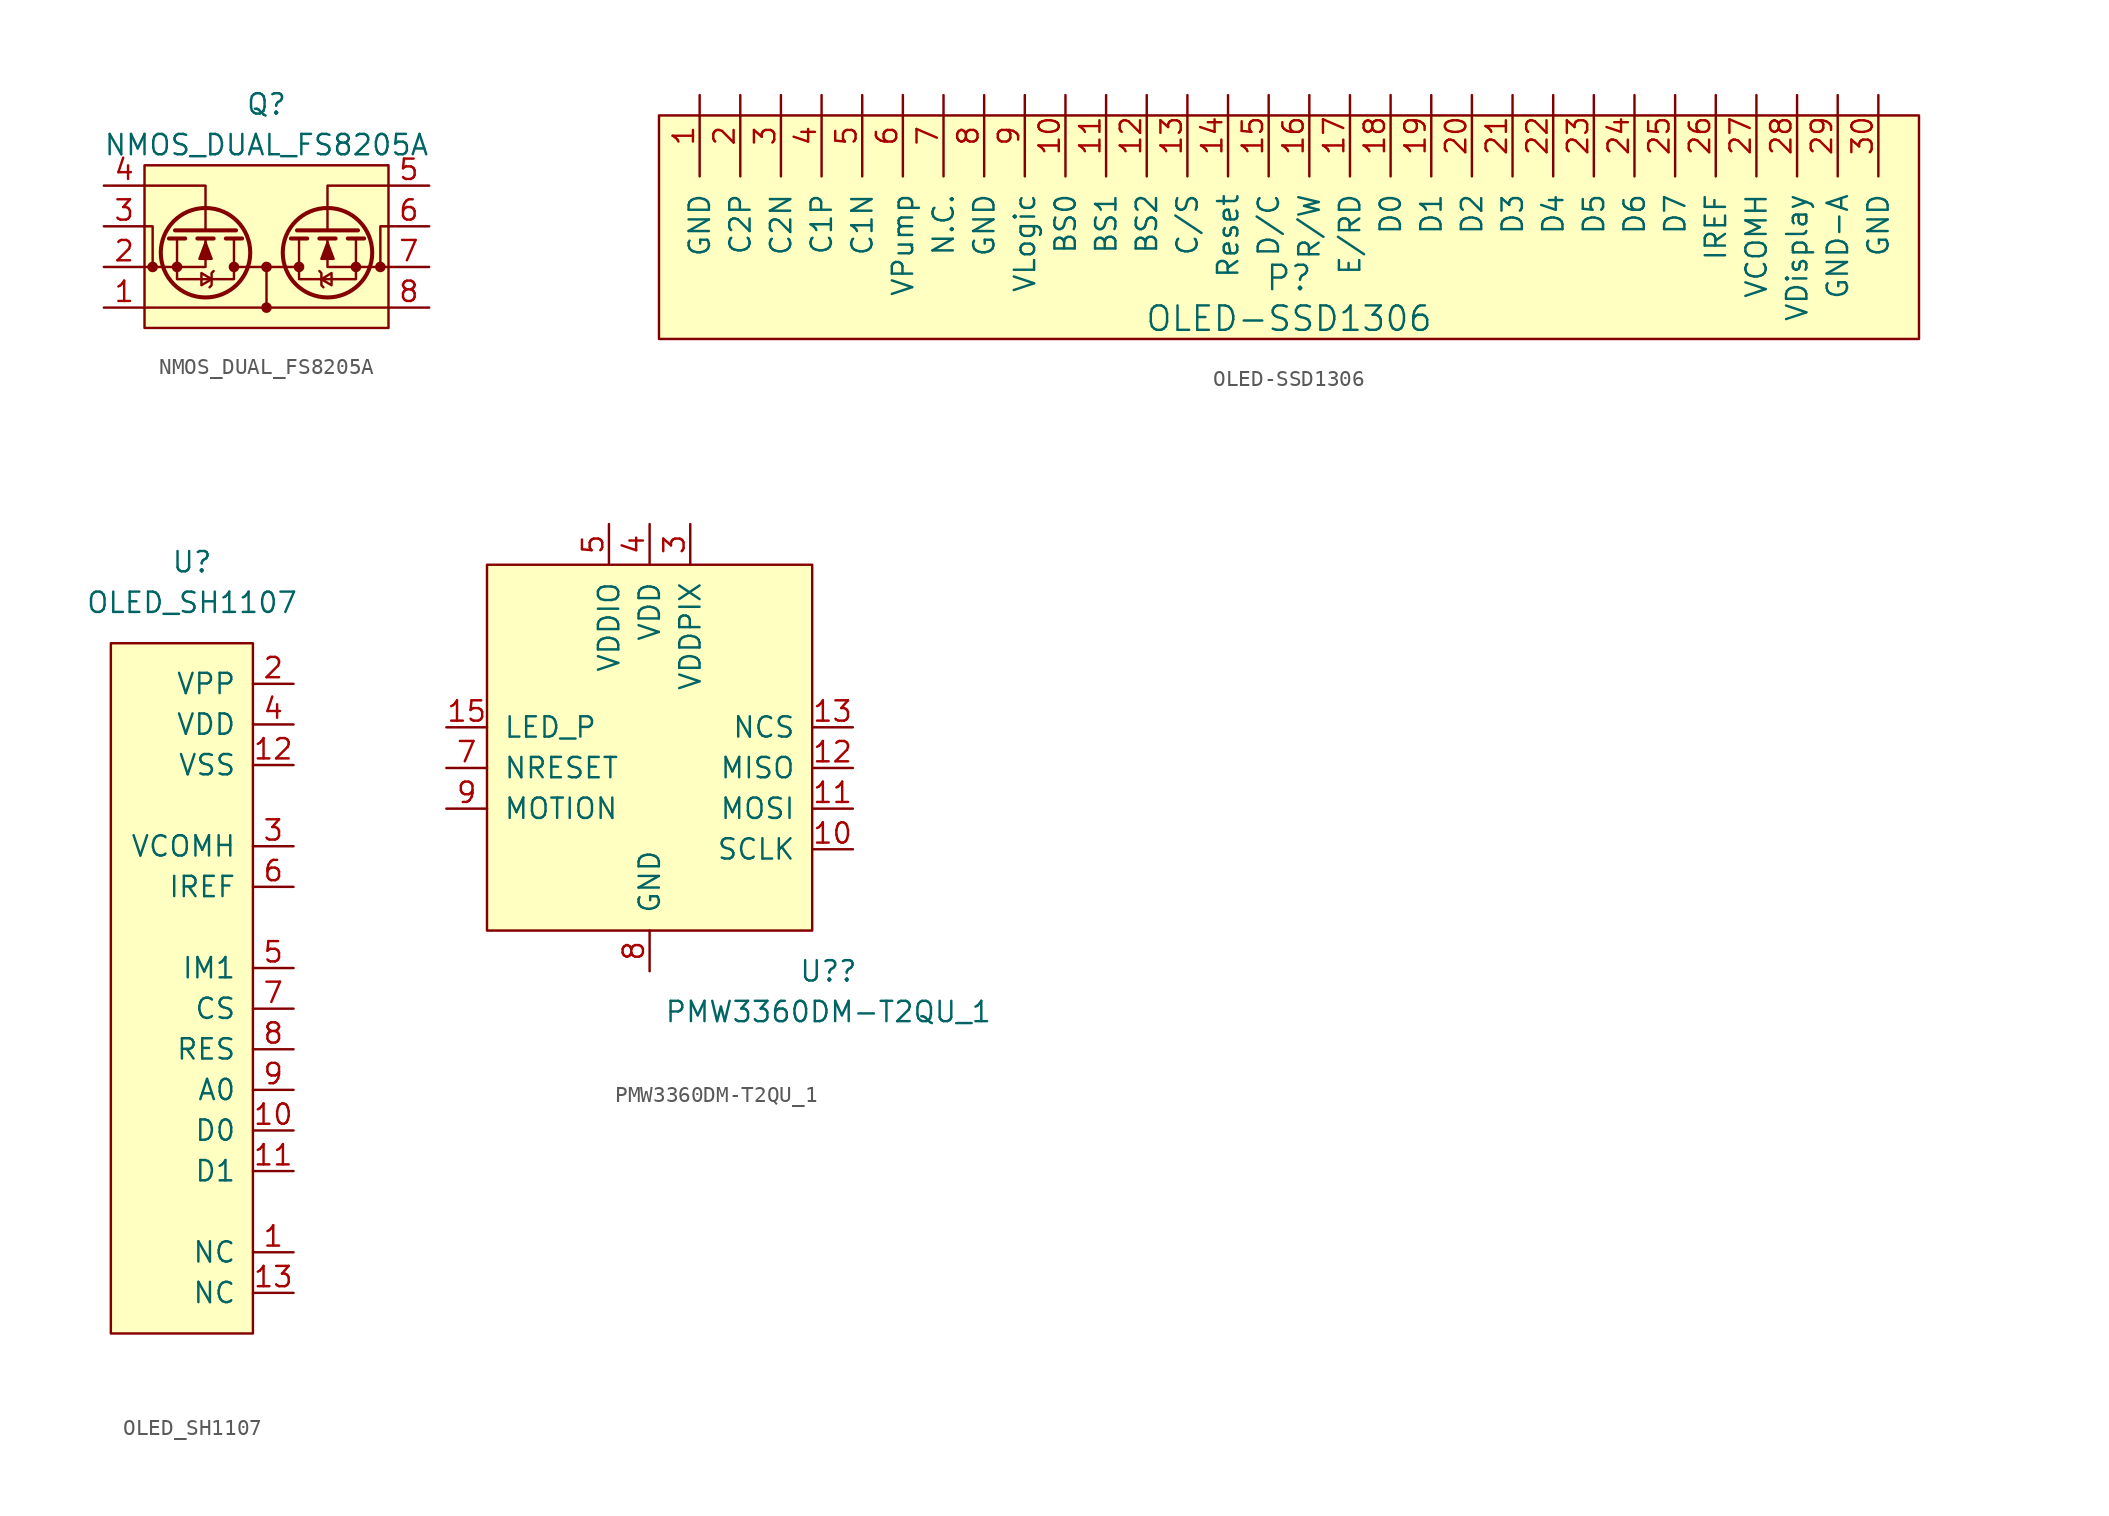
<source format=kicad_sym>
(kicad_symbol_lib
  (version 20220914)
  (generator kicad_symbol_editor)
  (symbol "NMOS_DUAL_FS8205A"
    (pin_names
      (offset 0) hide)
    (property "Reference" "Q"
      (at 0 8.89 0)
      (effects (font (size 1.27 1.27))))
    (property "Value" "NMOS_DUAL_FS8205A"
      (at 0 6.35 0)
      (effects (font (size 1.27 1.27))))
    (symbol "NMOS_DUAL_FS8205A_0_1"
      (rectangle (start -7.62 5.08) (end 7.62 -5.08) (stroke (width 0) (type default)) (fill (type background)))
      (circle (center -5.588 -1.27) (radius 0.254) (stroke (width 0) (type default)) (fill (type outline)))
      (circle (center -3.81 -0.381) (radius 2.794) (stroke (width 0.254) (type default)) (fill (type none)))
      (circle (center -2.032 -1.27) (radius 0.254) (stroke (width 0) (type default)) (fill (type outline)))
      (circle (center 0 -1.27) (radius 0.254) (stroke (width 0) (type default)) (fill (type outline)))
      (polyline (pts (xy -7.62 -3.81) (xy 7.62 -3.81)) (stroke (width 0) (type default)) (fill (type none)))
      (polyline (pts (xy -7.112 -1.27) (xy -7.62 -1.27)) (stroke (width 0) (type default)) (fill (type none)))
      (polyline (pts (xy -6.35 -1.27) (xy -7.112 -1.27)) (stroke (width 0) (type default)) (fill (type none)))
      (polyline (pts (xy -5.08 0.508) (xy -6.096 0.508)) (stroke (width 0.254) (type default)) (fill (type none)))
      (polyline (pts (xy -3.302 0.508) (xy -4.318 0.508)) (stroke (width 0.254) (type default)) (fill (type none)))
      (polyline (pts (xy -1.905 1.016) (xy -5.715 1.016)) (stroke (width 0.254) (type default)) (fill (type none)))
      (polyline (pts (xy -1.524 0.508) (xy -2.54 0.508)) (stroke (width 0.254) (type default)) (fill (type none)))
      (polyline (pts (xy -1.27 -1.27) (xy -2.032 -1.27)) (stroke (width 0) (type default)) (fill (type none)))
      (polyline (pts (xy -1.27 -1.27) (xy 1.27 -1.27)) (stroke (width 0) (type default)) (fill (type none)))
      (polyline (pts (xy 0 -1.27) (xy 0 -3.81)) (stroke (width 0) (type default)) (fill (type none)))
      (polyline (pts (xy 7.112 -1.27) (xy 6.35 -1.27)) (stroke (width 0) (type default)) (fill (type none)))
      (polyline (pts (xy 7.112 -1.27) (xy 7.62 -1.27)) (stroke (width 0) (type default)) (fill (type none)))
      (polyline (pts (xy -7.112 -1.27) (xy -7.112 1.27) (xy -7.62 1.27)) (stroke (width 0) (type default)) (fill (type none)))
      (polyline (pts (xy -6.35 -1.27) (xy -3.81 -1.27) (xy -3.81 0.508)) (stroke (width 0) (type default)) (fill (type none)))
      (polyline (pts (xy -3.81 1.016) (xy -3.81 3.81) (xy -7.62 3.81)) (stroke (width 0) (type default)) (fill (type none)))
      (polyline (pts (xy 3.81 1.016) (xy 3.81 3.81) (xy 7.62 3.81)) (stroke (width 0) (type default)) (fill (type none)))
      (polyline (pts (xy 7.112 -1.27) (xy 7.112 1.27) (xy 7.62 1.27)) (stroke (width 0) (type default)) (fill (type none)))
      (polyline (pts (xy -5.588 0.508) (xy -5.588 -2.032) (xy -2.032 -2.032) (xy -2.032 0.508)) (stroke (width 0) (type default)) (fill (type none)))
      (polyline (pts (xy -3.81 0.254) (xy -3.429 -0.762) (xy -4.191 -0.762) (xy -3.81 0.254)) (stroke (width 0) (type default)) (fill (type outline)))
      (polyline (pts (xy -3.429 -2.032) (xy -4.064 -1.651) (xy -4.064 -2.413) (xy -3.429 -2.032)) (stroke (width 0) (type default)) (fill (type none)))
      (polyline (pts (xy -3.302 -1.524) (xy -3.429 -1.651) (xy -3.429 -2.413) (xy -3.556 -2.54)) (stroke (width 0) (type default)) (fill (type none))))
    (symbol "NMOS_DUAL_FS8205A_1_1"
      (circle (center -7.112 -1.27) (radius 0.254) (stroke (width 0) (type default)) (fill (type outline)))
      (circle (center 0 -3.81) (radius 0.254) (stroke (width 0) (type default)) (fill (type outline)))
      (polyline (pts (xy 1.27 -1.27) (xy 2.032 -1.27)) (stroke (width 0) (type default)) (fill (type none)))
      (polyline (pts (xy 1.524 0.508) (xy 2.54 0.508)) (stroke (width 0.254) (type default)) (fill (type none)))
      (polyline (pts (xy 1.905 1.016) (xy 5.715 1.016)) (stroke (width 0.254) (type default)) (fill (type none)))
      (polyline (pts (xy 3.302 0.508) (xy 4.318 0.508)) (stroke (width 0.254) (type default)) (fill (type none)))
      (polyline (pts (xy 5.08 0.508) (xy 6.096 0.508)) (stroke (width 0.254) (type default)) (fill (type none)))
      (polyline (pts (xy 6.35 -1.27) (xy 3.81 -1.27) (xy 3.81 0.508)) (stroke (width 0) (type default)) (fill (type none)))
      (polyline (pts (xy 3.302 -1.524) (xy 3.429 -1.651) (xy 3.429 -2.413) (xy 3.556 -2.54)) (stroke (width 0) (type default)) (fill (type none)))
      (polyline (pts (xy 3.429 -2.032) (xy 4.064 -1.651) (xy 4.064 -2.413) (xy 3.429 -2.032)) (stroke (width 0) (type default)) (fill (type none)))
      (polyline (pts (xy 3.81 0.254) (xy 3.429 -0.762) (xy 4.191 -0.762) (xy 3.81 0.254)) (stroke (width 0) (type default)) (fill (type outline)))
      (polyline (pts (xy 5.588 0.508) (xy 5.588 -2.032) (xy 2.032 -2.032) (xy 2.032 0.508)) (stroke (width 0) (type default)) (fill (type none)))
      (circle (center 2.032 -1.27) (radius 0.254) (stroke (width 0) (type default)) (fill (type outline)))
      (circle (center 3.81 -0.381) (radius 2.794) (stroke (width 0.254) (type default)) (fill (type none)))
      (circle (center 5.588 -1.27) (radius 0.254) (stroke (width 0) (type default)) (fill (type outline)))
      (circle (center 7.112 -1.27) (radius 0.254) (stroke (width 0) (type default)) (fill (type outline)))
      (pin passive line (at -10.16 -3.81 0) (length 2.54) (name "D12" (effects (font (size 1.27 1.27)))) (number "1" (effects (font (size 1.27 1.27)))))
      (pin passive line (at -10.16 -1.27 0) (length 2.54) (name "S1" (effects (font (size 1.27 1.27)))) (number "2" (effects (font (size 1.27 1.27)))))
      (pin passive line (at -10.16 1.27 0) (length 2.54) (name "S1" (effects (font (size 1.27 1.27)))) (number "3" (effects (font (size 1.27 1.27)))))
      (pin passive line (at -10.16 3.81 0) (length 2.54) (name "G1" (effects (font (size 1.27 1.27)))) (number "4" (effects (font (size 1.27 1.27)))))
      (pin passive line (at 10.16 3.81 180) (length 2.54) (name "G2" (effects (font (size 1.27 1.27)))) (number "5" (effects (font (size 1.27 1.27)))))
      (pin passive line (at 10.16 1.27 180) (length 2.54) (name "S2" (effects (font (size 1.27 1.27)))) (number "6" (effects (font (size 1.27 1.27)))))
      (pin passive line (at 10.16 -1.27 180) (length 2.54) (name "S2" (effects (font (size 1.27 1.27)))) (number "7" (effects (font (size 1.27 1.27)))))
      (pin passive line (at 10.16 -3.81 180) (length 2.54) (name "D12" (effects (font (size 1.27 1.27)))) (number "8" (effects (font (size 1.27 1.27)))))))
  (symbol "OLED-SSD1306"
    (pin_names
      (offset 1.016))
    (property "Reference" "P"
      (at 0 -3.81 0)
      (effects (font (size 1.524 1.524))))
    (property "Value" "OLED-SSD1306"
      (at 0 -6.35 0)
      (effects (font (size 1.524 1.524))))
    (property "Footprint" ""
      (at -10.16 7.62 0)
      (effects (font (size 1.524 1.524))))
    (property "Datasheet" ""
      (at -10.16 7.62 0)
      (effects (font (size 1.524 1.524))))
    (symbol "OLED-SSD1306_0_0"
      (rectangle (start -39.37 6.35) (end 39.37 -7.62) (stroke (width 0) (type default)) (fill (type background))))
    (symbol "OLED-SSD1306_1_1"
      (pin input line (at -36.83 7.62 270) (length 5.08) (name "GND" (effects (font (size 1.27 1.27)))) (number "1" (effects (font (size 1.27 1.27)))))
      (pin input line (at -13.97 7.62 270) (length 5.08) (name "BS0" (effects (font (size 1.27 1.27)))) (number "10" (effects (font (size 1.27 1.27)))))
      (pin input line (at -11.43 7.62 270) (length 5.08) (name "BS1" (effects (font (size 1.27 1.27)))) (number "11" (effects (font (size 1.27 1.27)))))
      (pin input line (at -8.89 7.62 270) (length 5.08) (name "BS2" (effects (font (size 1.27 1.27)))) (number "12" (effects (font (size 1.27 1.27)))))
      (pin input line (at -6.35 7.62 270) (length 5.08) (name "C/S" (effects (font (size 1.27 1.27)))) (number "13" (effects (font (size 1.27 1.27)))))
      (pin input line (at -3.81 7.62 270) (length 5.08) (name "Reset" (effects (font (size 1.27 1.27)))) (number "14" (effects (font (size 1.27 1.27)))))
      (pin input line (at -1.27 7.62 270) (length 5.08) (name "D/C" (effects (font (size 1.27 1.27)))) (number "15" (effects (font (size 1.27 1.27)))))
      (pin input line (at 1.27 7.62 270) (length 5.08) (name "R/W" (effects (font (size 1.27 1.27)))) (number "16" (effects (font (size 1.27 1.27)))))
      (pin input line (at 3.81 7.62 270) (length 5.08) (name "E/RD" (effects (font (size 1.27 1.27)))) (number "17" (effects (font (size 1.27 1.27)))))
      (pin input line (at 6.35 7.62 270) (length 5.08) (name "D0" (effects (font (size 1.27 1.27)))) (number "18" (effects (font (size 1.27 1.27)))))
      (pin input line (at 8.89 7.62 270) (length 5.08) (name "D1" (effects (font (size 1.27 1.27)))) (number "19" (effects (font (size 1.27 1.27)))))
      (pin input line (at -34.29 7.62 270) (length 5.08) (name "C2P" (effects (font (size 1.27 1.27)))) (number "2" (effects (font (size 1.27 1.27)))))
      (pin input line (at 11.43 7.62 270) (length 5.08) (name "D2" (effects (font (size 1.27 1.27)))) (number "20" (effects (font (size 1.27 1.27)))))
      (pin input line (at 13.97 7.62 270) (length 5.08) (name "D3" (effects (font (size 1.27 1.27)))) (number "21" (effects (font (size 1.27 1.27)))))
      (pin input line (at 16.51 7.62 270) (length 5.08) (name "D4" (effects (font (size 1.27 1.27)))) (number "22" (effects (font (size 1.27 1.27)))))
      (pin input line (at 19.05 7.62 270) (length 5.08) (name "D5" (effects (font (size 1.27 1.27)))) (number "23" (effects (font (size 1.27 1.27)))))
      (pin input line (at 21.59 7.62 270) (length 5.08) (name "D6" (effects (font (size 1.27 1.27)))) (number "24" (effects (font (size 1.27 1.27)))))
      (pin input line (at 24.13 7.62 270) (length 5.08) (name "D7" (effects (font (size 1.27 1.27)))) (number "25" (effects (font (size 1.27 1.27)))))
      (pin input line (at 26.67 7.62 270) (length 5.08) (name "IREF" (effects (font (size 1.27 1.27)))) (number "26" (effects (font (size 1.27 1.27)))))
      (pin input line (at 29.21 7.62 270) (length 5.08) (name "VCOMH" (effects (font (size 1.27 1.27)))) (number "27" (effects (font (size 1.27 1.27)))))
      (pin input line (at 31.75 7.62 270) (length 5.08) (name "VDisplay" (effects (font (size 1.27 1.27)))) (number "28" (effects (font (size 1.27 1.27)))))
      (pin input line (at 34.29 7.62 270) (length 5.08) (name "GND-A" (effects (font (size 1.27 1.27)))) (number "29" (effects (font (size 1.27 1.27)))))
      (pin input line (at -31.75 7.62 270) (length 5.08) (name "C2N" (effects (font (size 1.27 1.27)))) (number "3" (effects (font (size 1.27 1.27)))))
      (pin input line (at 36.83 7.62 270) (length 5.08) (name "GND" (effects (font (size 1.27 1.27)))) (number "30" (effects (font (size 1.27 1.27)))))
      (pin input line (at -29.21 7.62 270) (length 5.08) (name "C1P" (effects (font (size 1.27 1.27)))) (number "4" (effects (font (size 1.27 1.27)))))
      (pin input line (at -26.67 7.62 270) (length 5.08) (name "C1N" (effects (font (size 1.27 1.27)))) (number "5" (effects (font (size 1.27 1.27)))))
      (pin input line (at -24.13 7.62 270) (length 5.08) (name "VPump" (effects (font (size 1.27 1.27)))) (number "6" (effects (font (size 1.27 1.27)))))
      (pin input line (at -21.59 7.62 270) (length 5.08) (name "N.C." (effects (font (size 1.27 1.27)))) (number "7" (effects (font (size 1.27 1.27)))))
      (pin input line (at -19.05 7.62 270) (length 5.08) (name "GND" (effects (font (size 1.27 1.27)))) (number "8" (effects (font (size 1.27 1.27)))))
      (pin input line (at -16.51 7.62 270) (length 5.08) (name "VLogic" (effects (font (size 1.27 1.27)))) (number "9" (effects (font (size 1.27 1.27)))))))
  (symbol "OLED_SH1107"
    (pin_names
      (offset 1.016))
    (property "Reference" "U"
      (at -1.27 26.67 0)
      (effects (font (size 1.27 1.27))))
    (property "Value" "OLED_SH1107"
      (at -1.27 24.13 0)
      (effects (font (size 1.27 1.27))))
    (symbol "OLED_SH1107_0_1"
      (rectangle (start 2.54 21.59) (end -6.35 -21.59) (stroke (width 0) (type default)) (fill (type background))))
    (symbol "OLED_SH1107_1_1"
      (pin power_in line (at 5.08 -16.51 180) (length 2.54) (name "NC" (effects (font (size 1.27 1.27)))) (number "1" (effects (font (size 1.27 1.27)))))
      (pin input line (at 5.08 -8.89 180) (length 2.54) (name "D0" (effects (font (size 1.27 1.27)))) (number "10" (effects (font (size 1.27 1.27)))))
      (pin input line (at 5.08 -11.43 180) (length 2.54) (name "D1" (effects (font (size 1.27 1.27)))) (number "11" (effects (font (size 1.27 1.27)))))
      (pin power_in line (at 5.08 13.97 180) (length 2.54) (name "VSS" (effects (font (size 1.27 1.27)))) (number "12" (effects (font (size 1.27 1.27)))))
      (pin power_in line (at 5.08 -19.05 180) (length 2.54) (name "NC" (effects (font (size 1.27 1.27)))) (number "13" (effects (font (size 1.27 1.27)))))
      (pin power_in line (at 5.08 19.05 180) (length 2.54) (name "VPP" (effects (font (size 1.27 1.27)))) (number "2" (effects (font (size 1.27 1.27)))))
      (pin power_in line (at 5.08 8.89 180) (length 2.54) (name "VCOMH" (effects (font (size 1.27 1.27)))) (number "3" (effects (font (size 1.27 1.27)))))
      (pin power_in line (at 5.08 16.51 180) (length 2.54) (name "VDD" (effects (font (size 1.27 1.27)))) (number "4" (effects (font (size 1.27 1.27)))))
      (pin input line (at 5.08 1.27 180) (length 2.54) (name "IM1" (effects (font (size 1.27 1.27)))) (number "5" (effects (font (size 1.27 1.27)))))
      (pin input line (at 5.08 6.35 180) (length 2.54) (name "IREF" (effects (font (size 1.27 1.27)))) (number "6" (effects (font (size 1.27 1.27)))))
      (pin input line (at 5.08 -1.27 180) (length 2.54) (name "CS" (effects (font (size 1.27 1.27)))) (number "7" (effects (font (size 1.27 1.27)))))
      (pin input line (at 5.08 -3.81 180) (length 2.54) (name "RES" (effects (font (size 1.27 1.27)))) (number "8" (effects (font (size 1.27 1.27)))))
      (pin input line (at 5.08 -6.35 180) (length 2.54) (name "A0" (effects (font (size 1.27 1.27)))) (number "9" (effects (font (size 1.27 1.27)))))))
  (symbol "PMW3360DM-T2QU_1"
    (pin_names
      (offset 1.016))
    (property "Reference" "U?"
      (at 11.17 -15.24 0)
      (effects (font (size 1.27 1.27))))
    (property "Value" "PMW3360DM-T2QU_1"
      (at 11.17 -17.78 0)
      (effects (font (size 1.27 1.27))))
    (symbol "PMW3360DM-T2QU_1_0_1"
      (rectangle (start -10.16 10.16) (end 10.16 -12.7) (stroke (width 0) (type default)) (fill (type background))))
    (symbol "PMW3360DM-T2QU_1_1_1"
      (pin no_connect line (at -12.7 7.62 0) (length 2.54) hide (name "NC" (effects (font (size 1.27 1.27)))) (number "1" (effects (font (size 1.27 1.27)))))
      (pin input line (at 12.7 -7.62 180) (length 2.54) (name "SCLK" (effects (font (size 1.27 1.27)))) (number "10" (effects (font (size 1.27 1.27)))))
      (pin input line (at 12.7 -5.08 180) (length 2.54) (name "MOSI" (effects (font (size 1.27 1.27)))) (number "11" (effects (font (size 1.27 1.27)))))
      (pin output line (at 12.7 -2.54 180) (length 2.54) (name "MISO" (effects (font (size 1.27 1.27)))) (number "12" (effects (font (size 1.27 1.27)))))
      (pin input line (at 12.7 0 180) (length 2.54) (name "NCS" (effects (font (size 1.27 1.27)))) (number "13" (effects (font (size 1.27 1.27)))))
      (pin no_connect line (at -12.7 7.62 0) (length 2.54) hide (name "NC" (effects (font (size 1.27 1.27)))) (number "14" (effects (font (size 1.27 1.27)))))
      (pin input line (at -12.7 0 0) (length 2.54) (name "LED_P" (effects (font (size 1.27 1.27)))) (number "15" (effects (font (size 1.27 1.27)))))
      (pin no_connect line (at -12.7 7.62 0) (length 2.54) hide (name "NC" (effects (font (size 1.27 1.27)))) (number "16" (effects (font (size 1.27 1.27)))))
      (pin no_connect line (at -12.7 7.62 0) (length 2.54) hide (name "NC" (effects (font (size 1.27 1.27)))) (number "2" (effects (font (size 1.27 1.27)))))
      (pin power_in line (at 2.54 12.7 270) (length 2.54) (name "VDDPIX" (effects (font (size 1.27 1.27)))) (number "3" (effects (font (size 1.27 1.27)))))
      (pin power_in line (at 0 12.7 270) (length 2.54) (name "VDD" (effects (font (size 1.27 1.27)))) (number "4" (effects (font (size 1.27 1.27)))))
      (pin power_in line (at -2.54 12.7 270) (length 2.54) (name "VDDIO" (effects (font (size 1.27 1.27)))) (number "5" (effects (font (size 1.27 1.27)))))
      (pin no_connect line (at -12.7 7.62 0) (length 2.54) hide (name "NC" (effects (font (size 1.27 1.27)))) (number "6" (effects (font (size 1.27 1.27)))))
      (pin input line (at -12.7 -2.54 0) (length 2.54) (name "NRESET" (effects (font (size 1.27 1.27)))) (number "7" (effects (font (size 1.27 1.27)))))
      (pin power_in line (at 0 -15.24 90) (length 2.54) (name "GND" (effects (font (size 1.27 1.27)))) (number "8" (effects (font (size 1.27 1.27)))))
      (pin output line (at -12.7 -5.08 0) (length 2.54) (name "MOTION" (effects (font (size 1.27 1.27)))) (number "9" (effects (font (size 1.27 1.27))))))))
</source>
